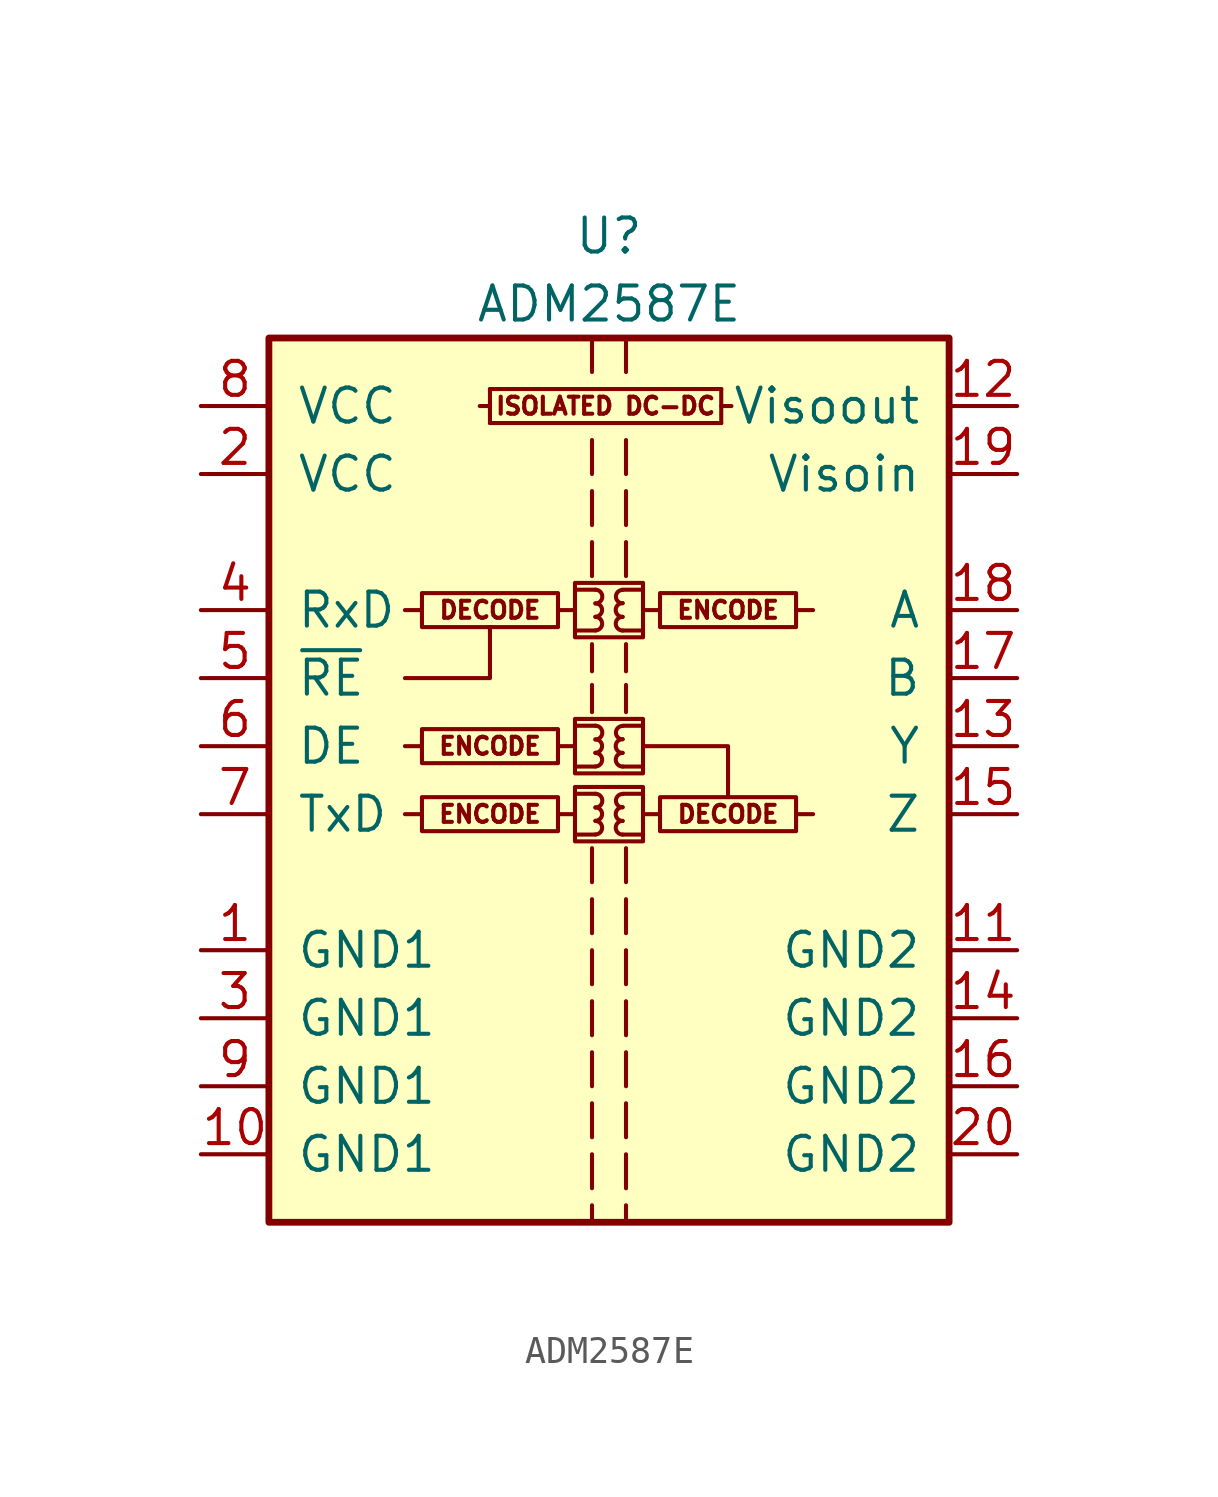
<source format=kicad_sym>
(kicad_symbol_lib
  (version 20211014)
  (generator kicad_symbol_editor)
  (symbol "ADM2587E"
    (pin_names
      (offset 1.016))
    (property "Reference" "U"
      (at 0 21.59 0)
      (effects (font (size 1.27 1.27))))
    (property "Value" "ADM2587E"
      (at 0 19.05 0)
      (effects (font (size 1.27 1.27))))
    (symbol "ADM2587E_0_0"
      (rectangle (start -1.905 0.635) (end -6.985 -0.635) (stroke (width 0) (type default) (color 0 0 0 0)) (fill (type none)))
      (rectangle (start -1.27 1.016) (end 1.27 -1.016) (stroke (width 0) (type default) (color 0 0 0 0)) (fill (type none)))
      (rectangle (start -1.27 3.556) (end 1.27 1.524) (stroke (width 0) (type default) (color 0 0 0 0)) (fill (type none)))
      (rectangle (start -1.27 8.636) (end 1.27 6.604) (stroke (width 0) (type default) (color 0 0 0 0)) (fill (type none)))
      (arc (start -0.508 -0.762) (mid -0.254 -0.508) (end -0.508 -0.254) (stroke (width 0) (type default) (color 0 0 0 0)) (fill (type none)))
      (arc (start -0.508 -0.254) (mid -0.254 0) (end -0.508 0.254) (stroke (width 0) (type default) (color 0 0 0 0)) (fill (type none)))
      (arc (start -0.508 0.254) (mid -0.254 0.508) (end -0.508 0.762) (stroke (width 0) (type default) (color 0 0 0 0)) (fill (type none)))
      (arc (start -0.508 1.778) (mid -0.254 2.032) (end -0.508 2.286) (stroke (width 0) (type default) (color 0 0 0 0)) (fill (type none)))
      (arc (start -0.508 2.286) (mid -0.254 2.54) (end -0.508 2.794) (stroke (width 0) (type default) (color 0 0 0 0)) (fill (type none)))
      (arc (start -0.508 2.794) (mid -0.254 3.048) (end -0.508 3.302) (stroke (width 0) (type default) (color 0 0 0 0)) (fill (type none)))
      (arc (start -0.508 6.858) (mid -0.254 7.112) (end -0.508 7.366) (stroke (width 0) (type default) (color 0 0 0 0)) (fill (type none)))
      (arc (start -0.508 7.366) (mid -0.254 7.62) (end -0.508 7.874) (stroke (width 0) (type default) (color 0 0 0 0)) (fill (type none)))
      (arc (start -0.508 7.874) (mid -0.254 8.128) (end -0.508 8.382) (stroke (width 0) (type default) (color 0 0 0 0)) (fill (type none)))
      (polyline (pts (xy -6.985 0) (xy -7.62 0)) (stroke (width 0) (type default) (color 0 0 0 0)) (fill (type none)))
      (polyline (pts (xy -6.985 2.54) (xy -7.62 2.54)) (stroke (width 0) (type default) (color 0 0 0 0)) (fill (type none)))
      (polyline (pts (xy -6.985 7.62) (xy -7.62 7.62)) (stroke (width 0) (type default) (color 0 0 0 0)) (fill (type none)))
      (polyline (pts (xy -4.445 14.605) (xy 4.191 14.605)) (stroke (width 0) (type default) (color 0 0 0 0)) (fill (type none)))
      (polyline (pts (xy -4.445 15.24) (xy -4.826 15.24)) (stroke (width 0) (type default) (color 0 0 0 0)) (fill (type none)))
      (polyline (pts (xy -4.445 15.875) (xy -4.445 14.605)) (stroke (width 0) (type default) (color 0 0 0 0)) (fill (type none)))
      (polyline (pts (xy -1.905 0) (xy -1.27 0)) (stroke (width 0) (type default) (color 0 0 0 0)) (fill (type none)))
      (polyline (pts (xy -1.905 2.54) (xy -1.27 2.54)) (stroke (width 0) (type default) (color 0 0 0 0)) (fill (type none)))
      (polyline (pts (xy -1.905 7.62) (xy -1.27 7.62)) (stroke (width 0) (type default) (color 0 0 0 0)) (fill (type none)))
      (polyline (pts (xy -1.27 -0.762) (xy -0.508 -0.762)) (stroke (width 0) (type default) (color 0 0 0 0)) (fill (type none)))
      (polyline (pts (xy -1.27 0.762) (xy -0.508 0.762)) (stroke (width 0) (type default) (color 0 0 0 0)) (fill (type none)))
      (polyline (pts (xy -1.27 1.778) (xy -0.508 1.778)) (stroke (width 0) (type default) (color 0 0 0 0)) (fill (type none)))
      (polyline (pts (xy -1.27 3.302) (xy -0.508 3.302)) (stroke (width 0) (type default) (color 0 0 0 0)) (fill (type none)))
      (polyline (pts (xy -1.27 6.858) (xy -0.508 6.858)) (stroke (width 0) (type default) (color 0 0 0 0)) (fill (type none)))
      (polyline (pts (xy -1.27 8.382) (xy -0.508 8.382)) (stroke (width 0) (type default) (color 0 0 0 0)) (fill (type none)))
      (polyline (pts (xy -0.635 -14.605) (xy -0.635 -15.24)) (stroke (width 0) (type default) (color 0 0 0 0)) (fill (type none)))
      (polyline (pts (xy -0.635 -12.7) (xy -0.635 -13.97)) (stroke (width 0) (type default) (color 0 0 0 0)) (fill (type none)))
      (polyline (pts (xy -0.635 -10.795) (xy -0.635 -12.065)) (stroke (width 0) (type default) (color 0 0 0 0)) (fill (type none)))
      (polyline (pts (xy -0.635 -8.89) (xy -0.635 -10.16)) (stroke (width 0) (type default) (color 0 0 0 0)) (fill (type none)))
      (polyline (pts (xy -0.635 -6.985) (xy -0.635 -8.255)) (stroke (width 0) (type default) (color 0 0 0 0)) (fill (type none)))
      (polyline (pts (xy -0.635 -5.08) (xy -0.635 -6.35)) (stroke (width 0) (type default) (color 0 0 0 0)) (fill (type none)))
      (polyline (pts (xy -0.635 -3.175) (xy -0.635 -4.445)) (stroke (width 0) (type default) (color 0 0 0 0)) (fill (type none)))
      (polyline (pts (xy -0.635 -1.27) (xy -0.635 -2.54)) (stroke (width 0) (type default) (color 0 0 0 0)) (fill (type none)))
      (polyline (pts (xy -0.635 4.826) (xy -0.635 3.81)) (stroke (width 0) (type default) (color 0 0 0 0)) (fill (type none)))
      (polyline (pts (xy -0.635 6.35) (xy -0.635 5.334)) (stroke (width 0) (type default) (color 0 0 0 0)) (fill (type none)))
      (polyline (pts (xy -0.635 8.89) (xy -0.635 10.16)) (stroke (width 0) (type default) (color 0 0 0 0)) (fill (type none)))
      (polyline (pts (xy -0.635 10.795) (xy -0.635 12.065)) (stroke (width 0) (type default) (color 0 0 0 0)) (fill (type none)))
      (polyline (pts (xy -0.635 12.7) (xy -0.635 13.97)) (stroke (width 0) (type default) (color 0 0 0 0)) (fill (type none)))
      (polyline (pts (xy -0.635 17.78) (xy -0.635 16.51)) (stroke (width 0) (type default) (color 0 0 0 0)) (fill (type none)))
      (polyline (pts (xy 0.635 -14.605) (xy 0.635 -15.24)) (stroke (width 0) (type default) (color 0 0 0 0)) (fill (type none)))
      (polyline (pts (xy 0.635 -12.7) (xy 0.635 -13.97)) (stroke (width 0) (type default) (color 0 0 0 0)) (fill (type none)))
      (polyline (pts (xy 0.635 -10.795) (xy 0.635 -12.065)) (stroke (width 0) (type default) (color 0 0 0 0)) (fill (type none)))
      (polyline (pts (xy 0.635 -8.89) (xy 0.635 -10.16)) (stroke (width 0) (type default) (color 0 0 0 0)) (fill (type none)))
      (polyline (pts (xy 0.635 -6.985) (xy 0.635 -8.255)) (stroke (width 0) (type default) (color 0 0 0 0)) (fill (type none)))
      (polyline (pts (xy 0.635 -5.08) (xy 0.635 -6.35)) (stroke (width 0) (type default) (color 0 0 0 0)) (fill (type none)))
      (polyline (pts (xy 0.635 -3.175) (xy 0.635 -4.445)) (stroke (width 0) (type default) (color 0 0 0 0)) (fill (type none)))
      (polyline (pts (xy 0.635 -1.27) (xy 0.635 -2.54)) (stroke (width 0) (type default) (color 0 0 0 0)) (fill (type none)))
      (polyline (pts (xy 0.635 3.81) (xy 0.635 4.826)) (stroke (width 0) (type default) (color 0 0 0 0)) (fill (type none)))
      (polyline (pts (xy 0.635 6.35) (xy 0.635 5.334)) (stroke (width 0) (type default) (color 0 0 0 0)) (fill (type none)))
      (polyline (pts (xy 0.635 8.89) (xy 0.635 10.16)) (stroke (width 0) (type default) (color 0 0 0 0)) (fill (type none)))
      (polyline (pts (xy 0.635 12.065) (xy 0.635 10.795)) (stroke (width 0) (type default) (color 0 0 0 0)) (fill (type none)))
      (polyline (pts (xy 0.635 13.97) (xy 0.635 12.7)) (stroke (width 0) (type default) (color 0 0 0 0)) (fill (type none)))
      (polyline (pts (xy 0.635 17.78) (xy 0.635 16.51)) (stroke (width 0) (type default) (color 0 0 0 0)) (fill (type none)))
      (polyline (pts (xy 1.27 -0.762) (xy 0.508 -0.762)) (stroke (width 0) (type default) (color 0 0 0 0)) (fill (type none)))
      (polyline (pts (xy 1.27 0.762) (xy 0.508 0.762)) (stroke (width 0) (type default) (color 0 0 0 0)) (fill (type none)))
      (polyline (pts (xy 1.27 1.778) (xy 0.508 1.778)) (stroke (width 0) (type default) (color 0 0 0 0)) (fill (type none)))
      (polyline (pts (xy 1.27 3.302) (xy 0.508 3.302)) (stroke (width 0) (type default) (color 0 0 0 0)) (fill (type none)))
      (polyline (pts (xy 1.27 6.858) (xy 0.508 6.858)) (stroke (width 0) (type default) (color 0 0 0 0)) (fill (type none)))
      (polyline (pts (xy 1.27 8.382) (xy 0.508 8.382)) (stroke (width 0) (type default) (color 0 0 0 0)) (fill (type none)))
      (polyline (pts (xy 1.905 0) (xy 1.27 0)) (stroke (width 0) (type default) (color 0 0 0 0)) (fill (type none)))
      (polyline (pts (xy 1.905 7.62) (xy 1.27 7.62)) (stroke (width 0) (type default) (color 0 0 0 0)) (fill (type none)))
      (polyline (pts (xy 4.191 15.24) (xy 4.572 15.24)) (stroke (width 0) (type default) (color 0 0 0 0)) (fill (type none)))
      (polyline (pts (xy 4.191 15.875) (xy -4.445 15.875)) (stroke (width 0) (type default) (color 0 0 0 0)) (fill (type none)))
      (polyline (pts (xy 4.191 15.875) (xy 4.191 14.605)) (stroke (width 0) (type default) (color 0 0 0 0)) (fill (type none)))
      (polyline (pts (xy 6.985 0) (xy 7.62 0)) (stroke (width 0) (type default) (color 0 0 0 0)) (fill (type none)))
      (polyline (pts (xy 6.985 7.62) (xy 7.62 7.62)) (stroke (width 0) (type default) (color 0 0 0 0)) (fill (type none)))
      (arc (start 0.508 -0.254) (mid 0.254 -0.508) (end 0.508 -0.762) (stroke (width 0) (type default) (color 0 0 0 0)) (fill (type none)))
      (arc (start 0.508 0.254) (mid 0.254 0) (end 0.508 -0.254) (stroke (width 0) (type default) (color 0 0 0 0)) (fill (type none)))
      (arc (start 0.508 0.762) (mid 0.254 0.508) (end 0.508 0.254) (stroke (width 0) (type default) (color 0 0 0 0)) (fill (type none)))
      (arc (start 0.508 2.286) (mid 0.254 2.032) (end 0.508 1.778) (stroke (width 0) (type default) (color 0 0 0 0)) (fill (type none)))
      (arc (start 0.508 2.794) (mid 0.254 2.54) (end 0.508 2.286) (stroke (width 0) (type default) (color 0 0 0 0)) (fill (type none)))
      (arc (start 0.508 3.302) (mid 0.254 3.048) (end 0.508 2.794) (stroke (width 0) (type default) (color 0 0 0 0)) (fill (type none)))
      (arc (start 0.508 7.366) (mid 0.254 7.112) (end 0.508 6.858) (stroke (width 0) (type default) (color 0 0 0 0)) (fill (type none)))
      (arc (start 0.508 7.874) (mid 0.254 7.62) (end 0.508 7.366) (stroke (width 0) (type default) (color 0 0 0 0)) (fill (type none)))
      (arc (start 0.508 8.382) (mid 0.254 8.128) (end 0.508 7.874) (stroke (width 0) (type default) (color 0 0 0 0)) (fill (type none)))
      (rectangle (start 1.905 0.635) (end 6.985 -0.635) (stroke (width 0) (type default) (color 0 0 0 0)) (fill (type none)))
      (rectangle (start 1.905 8.255) (end 6.985 6.985) (stroke (width 0) (type default) (color 0 0 0 0)) (fill (type none)))
      (text "DECODE" (at -4.445 7.62 0) (effects (font (size 0.635 0.635))))
      (text "DECODE" (at 4.445 0 0) (effects (font (size 0.635 0.635))))
      (text "ENCODE" (at -4.445 0 0) (effects (font (size 0.635 0.635))))
      (text "ENCODE" (at -4.445 2.54 0) (effects (font (size 0.635 0.635))))
      (text "ENCODE" (at 4.445 7.62 0) (effects (font (size 0.635 0.635))))
      (text "ISOLATED DC-DC" (at -0.127 15.24 0) (effects (font (size 0.635 0.635)))))
    (symbol "ADM2587E_0_1"
      (rectangle (start -12.7 17.78) (end 12.7 -15.24) (stroke (width 0.254) (type default) (color 0 0 0 0)) (fill (type background)))
      (rectangle (start -1.905 3.175) (end -6.985 1.905) (stroke (width 0) (type default) (color 0 0 0 0)) (fill (type none)))
      (rectangle (start -1.905 8.255) (end -6.985 6.985) (stroke (width 0) (type default) (color 0 0 0 0)) (fill (type none)))
      (polyline (pts (xy -7.62 5.08) (xy -4.445 5.08) (xy -4.445 6.985)) (stroke (width 0) (type default) (color 0 0 0 0)) (fill (type none)))
      (polyline (pts (xy 1.27 2.54) (xy 4.445 2.54) (xy 4.445 0.635)) (stroke (width 0) (type default) (color 0 0 0 0)) (fill (type none))))
    (symbol "ADM2587E_1_1"
      (pin power_in line (at -15.24 -5.08 0) (length 2.54) (name "GND1" (effects (font (size 1.27 1.27)))) (number "1" (effects (font (size 1.27 1.27)))))
      (pin power_in line (at -15.24 -12.7 0) (length 2.54) (name "GND1" (effects (font (size 1.27 1.27)))) (number "10" (effects (font (size 1.27 1.27)))))
      (pin power_in line (at 15.24 -5.08 180) (length 2.54) (name "GND2" (effects (font (size 1.27 1.27)))) (number "11" (effects (font (size 1.27 1.27)))))
      (pin power_out line (at 15.24 15.24 180) (length 2.54) (name "Visoout" (effects (font (size 1.27 1.27)))) (number "12" (effects (font (size 1.27 1.27)))))
      (pin output line (at 15.24 2.54 180) (length 2.54) (name "Y" (effects (font (size 1.27 1.27)))) (number "13" (effects (font (size 1.27 1.27)))))
      (pin power_in line (at 15.24 -7.62 180) (length 2.54) (name "GND2" (effects (font (size 1.27 1.27)))) (number "14" (effects (font (size 1.27 1.27)))))
      (pin output line (at 15.24 0 180) (length 2.54) (name "Z" (effects (font (size 1.27 1.27)))) (number "15" (effects (font (size 1.27 1.27)))))
      (pin power_in line (at 15.24 -10.16 180) (length 2.54) (name "GND2" (effects (font (size 1.27 1.27)))) (number "16" (effects (font (size 1.27 1.27)))))
      (pin input line (at 15.24 5.08 180) (length 2.54) (name "B" (effects (font (size 1.27 1.27)))) (number "17" (effects (font (size 1.27 1.27)))))
      (pin input line (at 15.24 7.62 180) (length 2.54) (name "A" (effects (font (size 1.27 1.27)))) (number "18" (effects (font (size 1.27 1.27)))))
      (pin power_in line (at 15.24 12.7 180) (length 2.54) (name "Visoin" (effects (font (size 1.27 1.27)))) (number "19" (effects (font (size 1.27 1.27)))))
      (pin power_in line (at -15.24 12.7 0) (length 2.54) (name "VCC" (effects (font (size 1.27 1.27)))) (number "2" (effects (font (size 1.27 1.27)))))
      (pin power_in line (at 15.24 -12.7 180) (length 2.54) (name "GND2" (effects (font (size 1.27 1.27)))) (number "20" (effects (font (size 1.27 1.27)))))
      (pin power_in line (at -15.24 -7.62 0) (length 2.54) (name "GND1" (effects (font (size 1.27 1.27)))) (number "3" (effects (font (size 1.27 1.27)))))
      (pin output line (at -15.24 7.62 0) (length 2.54) (name "RxD" (effects (font (size 1.27 1.27)))) (number "4" (effects (font (size 1.27 1.27)))))
      (pin input line (at -15.24 5.08 0) (length 2.54) (name "~{RE}" (effects (font (size 1.27 1.27)))) (number "5" (effects (font (size 1.27 1.27)))))
      (pin input line (at -15.24 2.54 0) (length 2.54) (name "DE" (effects (font (size 1.27 1.27)))) (number "6" (effects (font (size 1.27 1.27)))))
      (pin input line (at -15.24 0 0) (length 2.54) (name "TxD" (effects (font (size 1.27 1.27)))) (number "7" (effects (font (size 1.27 1.27)))))
      (pin power_in line (at -15.24 15.24 0) (length 2.54) (name "VCC" (effects (font (size 1.27 1.27)))) (number "8" (effects (font (size 1.27 1.27)))))
      (pin power_in line (at -15.24 -10.16 0) (length 2.54) (name "GND1" (effects (font (size 1.27 1.27)))) (number "9" (effects (font (size 1.27 1.27))))))))
</source>
